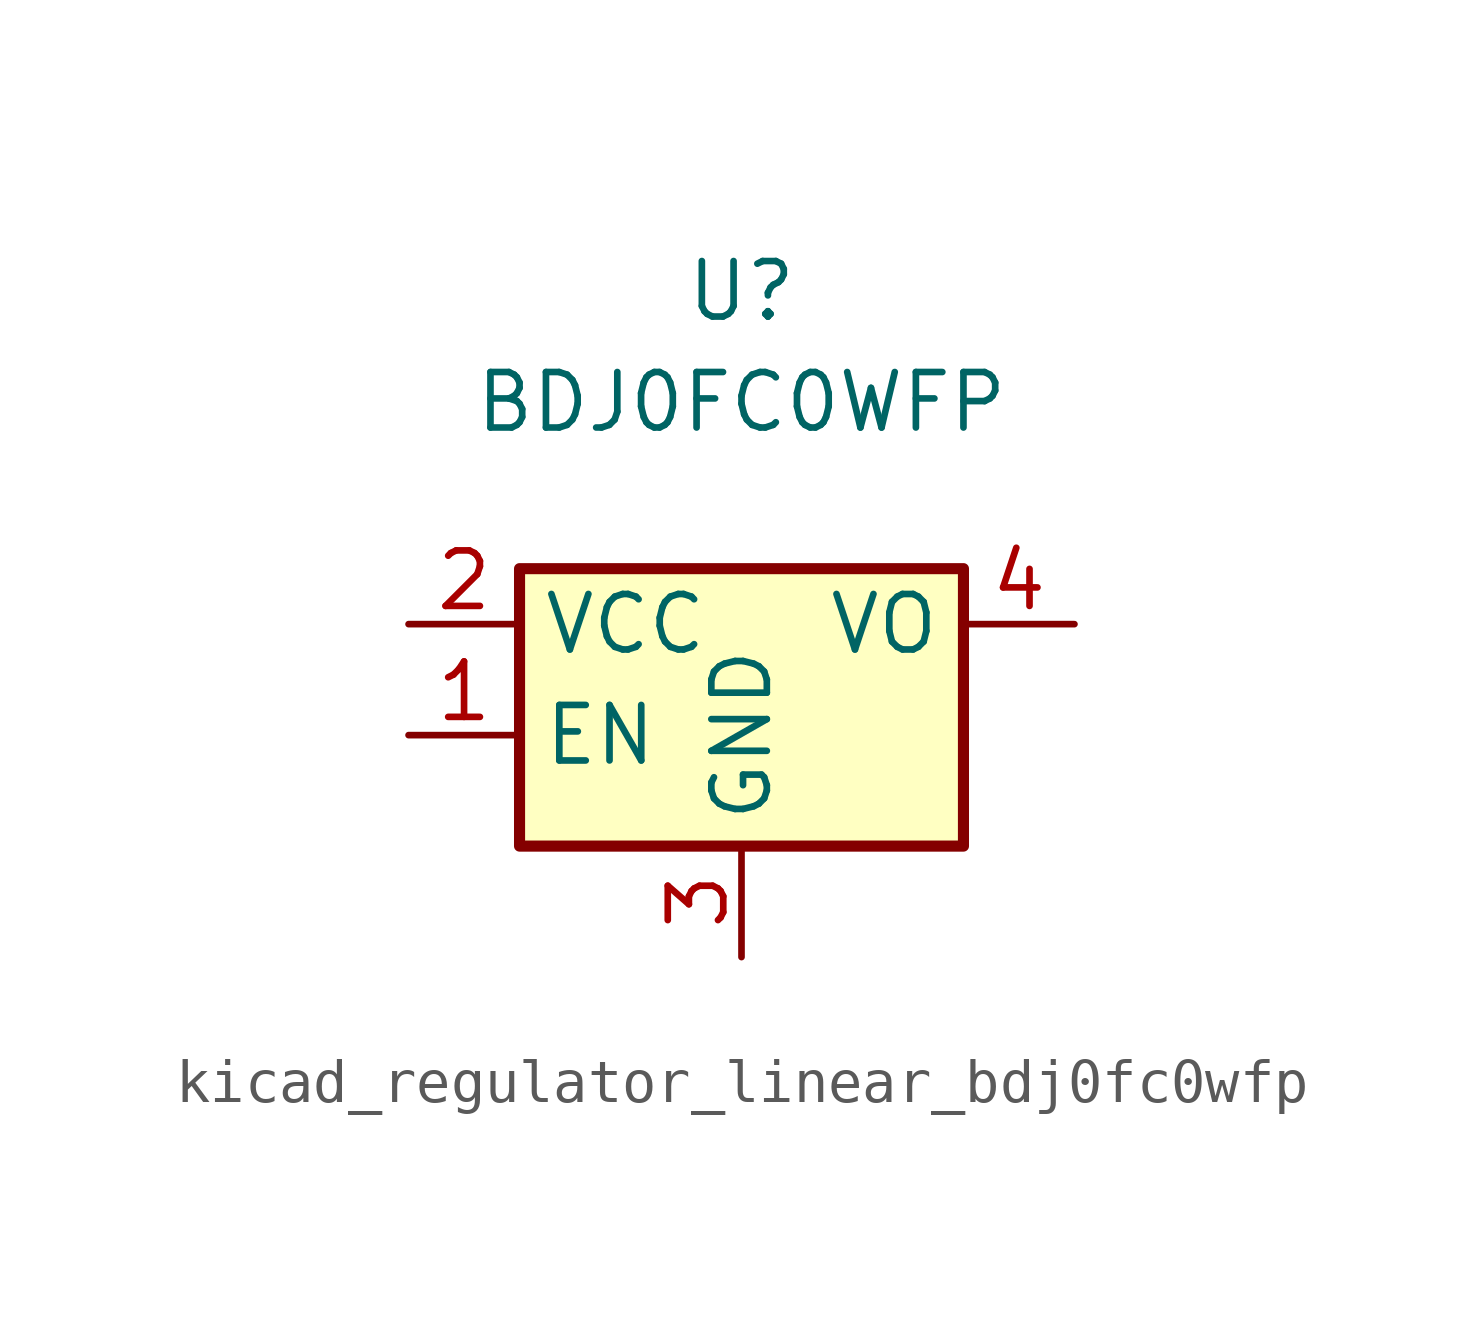
<source format=kicad_sym>
(kicad_symbol_lib
  (version 20220914)
  (generator kicad_symbol_editor)
  (symbol "kicad_regulator_linear_bdj0fc0wfp"
    (property "Reference" "U"
      (at 0 7.62 0)
      (effects (font (size 1.27 1.27))))
    (property "Value" "BDJ0FC0WFP"
      (at 0 5.08 0)
      (effects (font (size 1.27 1.27))))
    (symbol "kicad_regulator_linear_bdj0fc0wfp_1_1"
      (rectangle (start -5.08 -5.08) (end 5.08 1.27) (stroke (width 0.254) (type default)) (fill (type background)))
      (pin input line (at -7.62 -2.54 0) (length 2.54) (name "EN" (effects (font (size 1.27 1.27)))) (number "1" (effects (font (size 1.27 1.27)))))
      (pin power_in line (at -7.62 0 0) (length 2.54) (name "VCC" (effects (font (size 1.27 1.27)))) (number "2" (effects (font (size 1.27 1.27)))))
      (pin power_in line (at 0 -7.62 90) (length 2.54) (name "GND" (effects (font (size 1.27 1.27)))) (number "3" (effects (font (size 1.27 1.27)))))
      (pin power_out line (at 7.62 0 180) (length 2.54) (name "VO" (effects (font (size 1.27 1.27)))) (number "4" (effects (font (size 1.27 1.27)))))
      (pin no_connect line (at 5.08 -2.54 180) (length 2.54) hide (name "NC" (effects (font (size 1.27 1.27)))) (number "5" (effects (font (size 1.27 1.27))))))))
</source>
